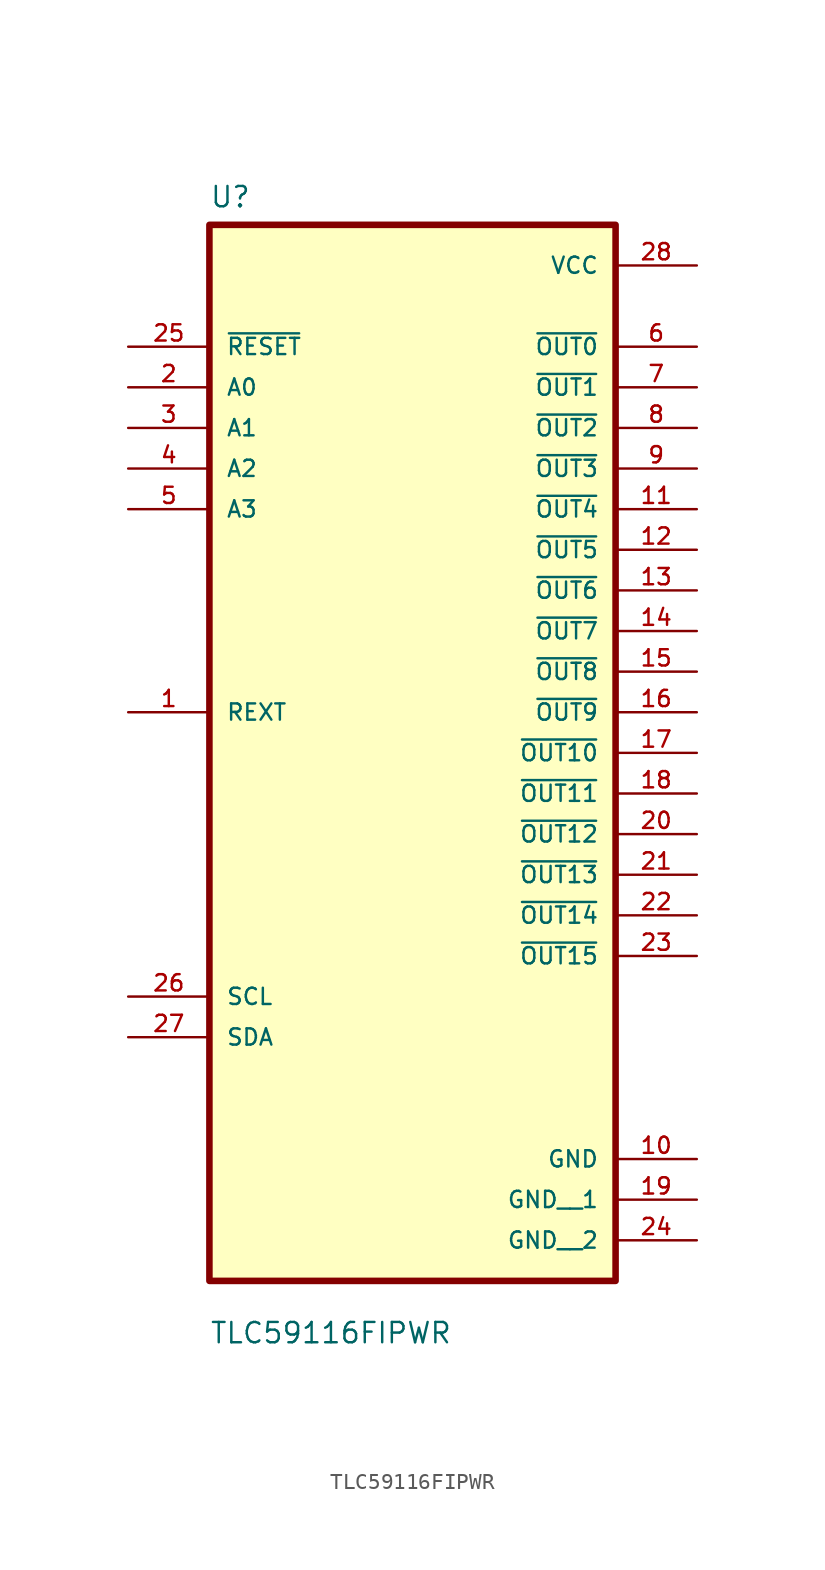
<source format=kicad_sym>
(kicad_symbol_lib
  (version 20241209)
  (generator "kicad_symbol_editor")
  (generator_version "9.0")
  (symbol "TLC59116FIPWR"
    (pin_names
      (offset 1.016))
    (property "Reference" "U"
      (at -12.7 31.48 0)
      (effects (font (size 1.27 1.27)) (justify left bottom)))
    (property "Value" "TLC59116FIPWR"
      (at -12.7 -39.56 0)
      (effects (font (size 1.27 1.27)) (justify left bottom)))
    (symbol "TLC59116FIPWR_0_0"
      (rectangle (start -12.7 -35.56) (end 12.7 30.48) (stroke (width 0.41) (type default)) (fill (type background)))
      (pin input line (at -17.78 22.86 0) (length 5.08) (name "~{RESET}" (effects (font (size 1.016 1.016)))) (number "25" (effects (font (size 1.016 1.016)))))
      (pin input line (at -17.78 20.32 0) (length 5.08) (name "A0" (effects (font (size 1.016 1.016)))) (number "2" (effects (font (size 1.016 1.016)))))
      (pin input line (at -17.78 17.78 0) (length 5.08) (name "A1" (effects (font (size 1.016 1.016)))) (number "3" (effects (font (size 1.016 1.016)))))
      (pin input line (at -17.78 15.24 0) (length 5.08) (name "A2" (effects (font (size 1.016 1.016)))) (number "4" (effects (font (size 1.016 1.016)))))
      (pin input line (at -17.78 12.7 0) (length 5.08) (name "A3" (effects (font (size 1.016 1.016)))) (number "5" (effects (font (size 1.016 1.016)))))
      (pin input line (at -17.78 -17.78 0) (length 5.08) (name "SCL" (effects (font (size 1.016 1.016)))) (number "26" (effects (font (size 1.016 1.016)))))
      (pin bidirectional line (at -17.78 -20.32 0) (length 5.08) (name "SDA" (effects (font (size 1.016 1.016)))) (number "27" (effects (font (size 1.016 1.016)))))
      (pin power_in line (at 17.78 27.94 180) (length 5.08) (name "VCC" (effects (font (size 1.016 1.016)))) (number "28" (effects (font (size 1.016 1.016)))))
      (pin output line (at 17.78 22.86 180) (length 5.08) (name "~{OUT0}" (effects (font (size 1.016 1.016)))) (number "6" (effects (font (size 1.016 1.016)))))
      (pin output line (at 17.78 20.32 180) (length 5.08) (name "~{OUT1}" (effects (font (size 1.016 1.016)))) (number "7" (effects (font (size 1.016 1.016)))))
      (pin output line (at 17.78 17.78 180) (length 5.08) (name "~{OUT2}" (effects (font (size 1.016 1.016)))) (number "8" (effects (font (size 1.016 1.016)))))
      (pin output line (at 17.78 15.24 180) (length 5.08) (name "~{OUT3}" (effects (font (size 1.016 1.016)))) (number "9" (effects (font (size 1.016 1.016)))))
      (pin output line (at 17.78 12.7 180) (length 5.08) (name "~{OUT4}" (effects (font (size 1.016 1.016)))) (number "11" (effects (font (size 1.016 1.016)))))
      (pin output line (at 17.78 10.16 180) (length 5.08) (name "~{OUT5}" (effects (font (size 1.016 1.016)))) (number "12" (effects (font (size 1.016 1.016)))))
      (pin output line (at 17.78 7.62 180) (length 5.08) (name "~{OUT6}" (effects (font (size 1.016 1.016)))) (number "13" (effects (font (size 1.016 1.016)))))
      (pin output line (at 17.78 5.08 180) (length 5.08) (name "~{OUT7}" (effects (font (size 1.016 1.016)))) (number "14" (effects (font (size 1.016 1.016)))))
      (pin output line (at 17.78 2.54 180) (length 5.08) (name "~{OUT8}" (effects (font (size 1.016 1.016)))) (number "15" (effects (font (size 1.016 1.016)))))
      (pin output line (at 17.78 0 180) (length 5.08) (name "~{OUT9}" (effects (font (size 1.016 1.016)))) (number "16" (effects (font (size 1.016 1.016)))))
      (pin output line (at 17.78 -2.54 180) (length 5.08) (name "~{OUT10}" (effects (font (size 1.016 1.016)))) (number "17" (effects (font (size 1.016 1.016)))))
      (pin output line (at 17.78 -5.08 180) (length 5.08) (name "~{OUT11}" (effects (font (size 1.016 1.016)))) (number "18" (effects (font (size 1.016 1.016)))))
      (pin output line (at 17.78 -7.62 180) (length 5.08) (name "~{OUT12}" (effects (font (size 1.016 1.016)))) (number "20" (effects (font (size 1.016 1.016)))))
      (pin output line (at 17.78 -10.16 180) (length 5.08) (name "~{OUT13}" (effects (font (size 1.016 1.016)))) (number "21" (effects (font (size 1.016 1.016)))))
      (pin output line (at 17.78 -12.7 180) (length 5.08) (name "~{OUT14}" (effects (font (size 1.016 1.016)))) (number "22" (effects (font (size 1.016 1.016)))))
      (pin output line (at 17.78 -15.24 180) (length 5.08) (name "~{OUT15}" (effects (font (size 1.016 1.016)))) (number "23" (effects (font (size 1.016 1.016)))))
      (pin power_in line (at 17.78 -27.94 180) (length 5.08) (name "GND" (effects (font (size 1.016 1.016)))) (number "10" (effects (font (size 1.016 1.016)))))
      (pin power_in line (at 17.78 -30.48 180) (length 5.08) (name "GND__1" (effects (font (size 1.016 1.016)))) (number "19" (effects (font (size 1.016 1.016)))))
      (pin power_in line (at 17.78 -33.02 180) (length 5.08) (name "GND__2" (effects (font (size 1.016 1.016)))) (number "24" (effects (font (size 1.016 1.016))))))
    (symbol "TLC59116FIPWR_1_0"
      (pin input line (at -17.78 0 0) (length 5.08) (name "REXT" (effects (font (size 1.016 1.016)))) (number "1" (effects (font (size 1.016 1.016))))))))
</source>
